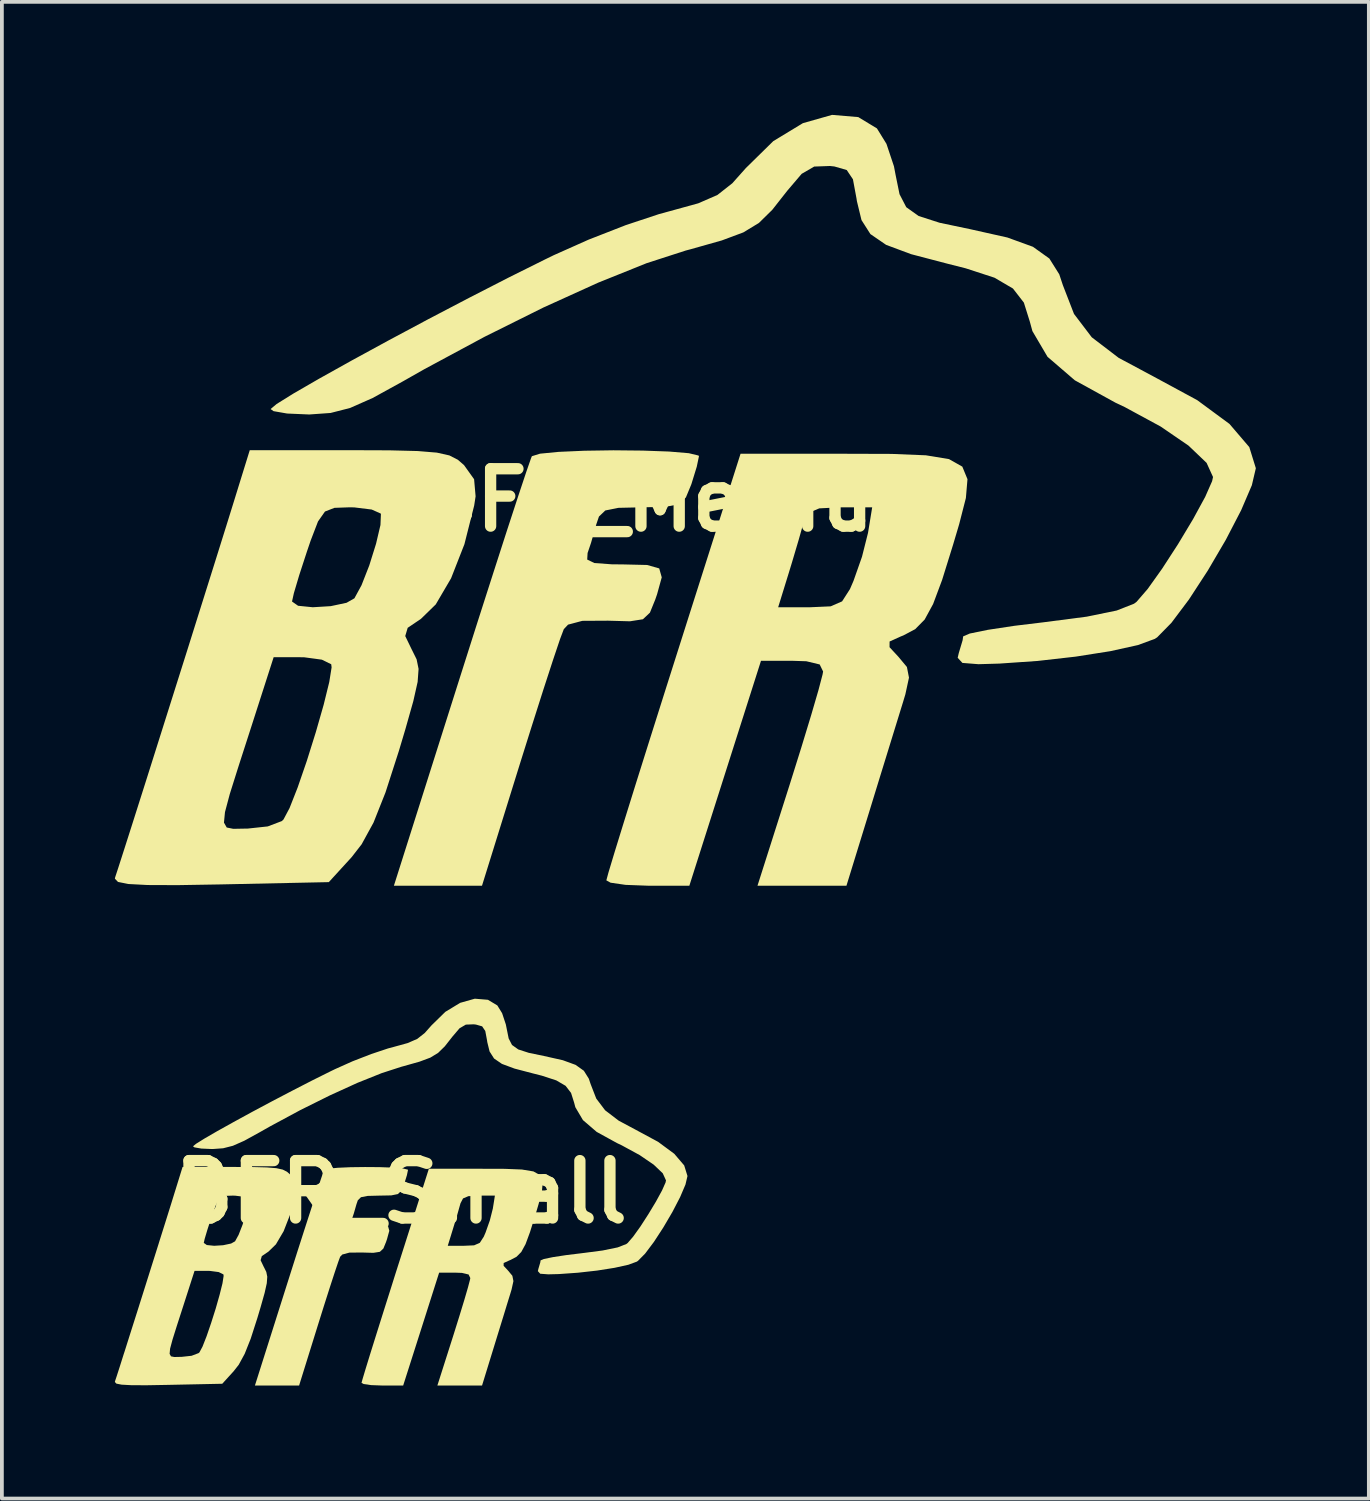
<source format=kicad_pcb>
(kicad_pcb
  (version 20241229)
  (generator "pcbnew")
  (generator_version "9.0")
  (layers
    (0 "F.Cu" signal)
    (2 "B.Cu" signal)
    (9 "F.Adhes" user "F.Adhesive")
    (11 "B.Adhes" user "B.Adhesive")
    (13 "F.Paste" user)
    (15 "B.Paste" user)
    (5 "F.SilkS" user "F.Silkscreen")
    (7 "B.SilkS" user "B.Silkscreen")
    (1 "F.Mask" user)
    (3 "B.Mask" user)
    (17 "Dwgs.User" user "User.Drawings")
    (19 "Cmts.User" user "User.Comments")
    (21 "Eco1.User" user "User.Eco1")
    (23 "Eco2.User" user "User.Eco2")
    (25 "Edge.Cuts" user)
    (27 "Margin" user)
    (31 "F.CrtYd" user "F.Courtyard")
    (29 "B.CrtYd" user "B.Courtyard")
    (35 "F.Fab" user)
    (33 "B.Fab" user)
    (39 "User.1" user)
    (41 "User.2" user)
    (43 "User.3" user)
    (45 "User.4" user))
  (footprint "BFR_Medium"
    (layer "F.Cu")
    (at 15.128 10.229)
    (property "Reference" "BFR_Medium" (at 0 0 0) (layer "F.SilkS") (effects (font (size 1.524 1.524) (thickness 0.3))))
    (attr board_only exclude_from_pos_files exclude_from_bom)
    (fp_poly (pts (xy -1.112 -1.316) (xy -0.415 -1.291) (xy 0.108 -1.247) (xy 0.367 -1.185) (xy 0.379 -1.166) (xy 0.321 -0.889) (xy 0.182 -0.438) (xy 0.171 -0.407) (xy 0.032 -0.072) (xy -0.158 0.107) (xy -0.507 0.177) (xy -1.125 0.19) (xy -1.135 0.19) (xy -1.761 0.204) (xy -2.108 0.274) (xy -2.276 0.435) (xy -2.348 0.646) (xy -2.486 1.132) (xy -2.578 1.404) (xy -2.588 1.577) (xy -2.399 1.669) (xy -1.937 1.703) (xy -1.631 1.706) (xy -0.996 1.721) (xy -0.676 1.812) (xy -0.609 2.049) (xy -0.733 2.499) (xy -0.781 2.638) (xy -0.923 2.987) (xy -1.109 3.162) (xy -1.453 3.216) (xy -2.033 3.2) (xy -2.717 3.204) (xy -3.097 3.305) (xy -3.209 3.424) (xy -3.308 3.686) (xy -3.497 4.248) (xy -3.756 5.044) (xy -4.064 6.012) (xy -4.364 6.966) (xy -5.381 10.236) (xy -7.72 10.236) (xy -5.938 4.614) (xy -5.495 3.221) (xy -5.085 1.943) (xy -4.725 0.826) (xy -4.427 -0.085) (xy -4.207 -0.746) (xy -4.08 -1.111) (xy -4.057 -1.167) (xy -3.841 -1.234) (xy -3.349 -1.282) (xy -2.669 -1.312) (xy -1.894 -1.324)) (stroke (width 0) (type solid)) (fill yes) (layer "F.SilkS"))
    (fp_poly (pts (xy 5.492 -1.228) (xy 6.404 -1.191) (xy 7.017 -1.09) (xy 7.371 -0.89) (xy 7.508 -0.557) (xy 7.466 -0.058) (xy 7.287 0.64) (xy 7.127 1.179) (xy 6.835 2.117) (xy 6.596 2.757) (xy 6.371 3.17) (xy 6.12 3.425) (xy 5.802 3.593) (xy 5.738 3.618) (xy 5.44 3.753) (xy 5.439 3.904) (xy 5.676 4.16) (xy 5.9 4.429) (xy 5.955 4.712) (xy 5.859 5.155) (xy 5.801 5.348) (xy 5.64 5.87) (xy 5.403 6.638) (xy 5.126 7.536) (xy 4.923 8.198) (xy 4.295 10.236) (xy 1.933 10.236) (xy 2.793 7.535) (xy 3.097 6.565) (xy 3.357 5.711) (xy 3.552 5.042) (xy 3.66 4.631) (xy 3.675 4.549) (xy 3.584 4.362) (xy 3.23 4.277) (xy 2.861 4.265) (xy 2.026 4.265) (xy 1.075 7.25) (xy 0.124 10.236) (xy -0.98 10.236) (xy -1.569 10.214) (xy -1.968 10.156) (xy -2.08 10.094) (xy -2.023 9.884) (xy -1.865 9.359) (xy -1.619 8.562) (xy -1.3 7.538) (xy -0.921 6.334) (xy -0.497 4.993) (xy -0.296 4.36) (xy 0.186 2.843) (xy 2.482 2.843) (xy 3.336 2.843) (xy 3.876 2.819) (xy 4.179 2.687) (xy 4.388 2.361) (xy 4.482 2.143) (xy 4.708 1.501) (xy 4.867 0.87) (xy 4.876 0.816) (xy 4.978 0.19) (xy 4.121 0.19) (xy 3.573 0.218) (xy 3.289 0.338) (xy 3.155 0.599) (xy 3.15 0.616) (xy 3.027 1.052) (xy 2.846 1.662) (xy 2.76 1.943) (xy 2.482 2.843) (xy 0.186 2.843) (xy 1.483 -1.232) (xy 4.242 -1.232)) (stroke (width 0) (type solid)) (fill yes) (layer "F.SilkS"))
    (fp_poly (pts (xy -7.839 -1.323) (xy -7.088 -1.304) (xy -6.58 -1.262) (xy -6.248 -1.188) (xy -6.023 -1.073) (xy -5.858 -0.93) (xy -5.591 -0.556) (xy -5.551 -0.102) (xy -5.589 0.144) (xy -5.848 1.17) (xy -6.202 2.074) (xy -6.609 2.768) (xy -7.002 3.151) (xy -7.354 3.389) (xy -7.419 3.608) (xy -7.244 3.97) (xy -7.237 3.983) (xy -7.117 4.226) (xy -7.065 4.481) (xy -7.09 4.825) (xy -7.204 5.333) (xy -7.416 6.083) (xy -7.588 6.658) (xy -7.943 7.759) (xy -8.261 8.56) (xy -8.577 9.137) (xy -8.842 9.478) (xy -9.448 10.141) (xy -12.332 10.202) (xy -13.461 10.221) (xy -14.258 10.218) (xy -14.77 10.191) (xy -15.045 10.136) (xy -15.128 10.05) (xy -15.121 10.013) (xy -15.042 9.773) (xy -14.867 9.228) (xy -14.654 8.561) (xy -12.232 8.561) (xy -12.158 8.691) (xy -11.985 8.726) (xy -11.716 8.721) (xy -11.599 8.719) (xy -11.069 8.662) (xy -10.698 8.521) (xy -10.652 8.479) (xy -10.491 8.176) (xy -10.275 7.627) (xy -10.033 6.925) (xy -9.794 6.162) (xy -9.585 5.432) (xy -9.436 4.827) (xy -9.374 4.439) (xy -9.384 4.357) (xy -9.633 4.235) (xy -10.099 4.172) (xy -10.207 4.17) (xy -10.913 4.17) (xy -11.507 6.018) (xy -11.845 7.065) (xy -12.077 7.801) (xy -12.205 8.282) (xy -12.232 8.561) (xy -14.654 8.561) (xy -14.614 8.435) (xy -14.301 7.45) (xy -13.947 6.329) (xy -13.568 5.129) (xy -13.182 3.907) (xy -12.809 2.719) (xy -12.8 2.691) (xy -10.425 2.691) (xy -10.264 2.804) (xy -9.874 2.843) (xy -9.398 2.814) (xy -8.978 2.725) (xy -8.769 2.606) (xy -8.58 2.259) (xy -8.374 1.733) (xy -8.194 1.157) (xy -8.077 0.659) (xy -8.065 0.368) (xy -8.071 0.355) (xy -8.31 0.249) (xy -8.773 0.192) (xy -8.903 0.19) (xy -9.299 0.204) (xy -9.55 0.302) (xy -9.735 0.565) (xy -9.93 1.073) (xy -10.029 1.364) (xy -10.233 1.989) (xy -10.376 2.47) (xy -10.425 2.691) (xy -12.8 2.691) (xy -12.464 1.622) (xy -12.167 0.673) (xy -11.935 -0.073) (xy -11.914 -0.142) (xy -11.547 -1.327) (xy -8.901 -1.327)) (stroke (width 0) (type solid)) (fill yes) (layer "F.SilkS"))
    (fp_poly (pts (xy 4.609 -10.17) (xy 5.104 -9.87) (xy 5.357 -9.46) (xy 5.556 -8.864) (xy 5.6 -8.633) (xy 5.704 -8.123) (xy 5.883 -7.778) (xy 6.212 -7.544) (xy 6.768 -7.365) (xy 7.582 -7.194) (xy 8.569 -6.973) (xy 9.246 -6.727) (xy 9.682 -6.415) (xy 9.945 -5.996) (xy 10.04 -5.71) (xy 10.336 -4.945) (xy 10.808 -4.324) (xy 11.524 -3.777) (xy 12.446 -3.284) (xy 13.608 -2.655) (xy 14.464 -2.024) (xy 14.99 -1.409) (xy 15.164 -0.848) (xy 15.058 -0.396) (xy 14.774 0.267) (xy 14.366 1.054) (xy 13.886 1.873) (xy 13.388 2.637) (xy 12.923 3.256) (xy 12.545 3.641) (xy 12.483 3.682) (xy 12.035 3.847) (xy 11.303 4.009) (xy 10.382 4.154) (xy 9.368 4.269) (xy 8.355 4.339) (xy 7.799 4.355) (xy 7.373 4.321) (xy 7.248 4.185) (xy 7.277 4.06) (xy 7.379 3.719) (xy 7.393 3.617) (xy 7.569 3.541) (xy 8.047 3.443) (xy 8.753 3.336) (xy 9.522 3.243) (xy 10.675 3.093) (xy 11.47 2.93) (xy 11.93 2.749) (xy 11.997 2.699) (xy 12.29 2.36) (xy 12.676 1.819) (xy 13.098 1.168) (xy 13.498 0.502) (xy 13.819 -0.087) (xy 14.003 -0.504) (xy 14.027 -0.615) (xy 13.856 -0.99) (xy 13.375 -1.449) (xy 12.636 -1.955) (xy 11.686 -2.47) (xy 11.435 -2.589) (xy 10.358 -3.182) (xy 9.633 -3.806) (xy 9.232 -4.488) (xy 9.165 -4.734) (xy 9.005 -5.245) (xy 8.715 -5.619) (xy 8.225 -5.906) (xy 7.462 -6.155) (xy 6.984 -6.276) (xy 6.011 -6.531) (xy 5.348 -6.778) (xy 4.931 -7.064) (xy 4.694 -7.436) (xy 4.572 -7.94) (xy 4.562 -8.007) (xy 4.467 -8.519) (xy 4.302 -8.765) (xy 3.976 -8.859) (xy 3.856 -8.872) (xy 3.439 -8.857) (xy 3.106 -8.664) (xy 2.723 -8.214) (xy 2.719 -8.209) (xy 2.325 -7.708) (xy 1.971 -7.36) (xy 1.558 -7.109) (xy 0.987 -6.896) (xy 0.159 -6.662) (xy 0.027 -6.627) (xy -1.012 -6.291) (xy -2.295 -5.775) (xy -3.752 -5.114) (xy -5.312 -4.338) (xy -6.905 -3.481) (xy -7.487 -3.151) (xy -8.285 -2.712) (xy -8.885 -2.447) (xy -9.401 -2.315) (xy -9.948 -2.276) (xy -9.999 -2.276) (xy -10.555 -2.3) (xy -10.916 -2.363) (xy -10.994 -2.419) (xy -10.834 -2.553) (xy -10.389 -2.83) (xy -9.711 -3.222) (xy -8.853 -3.701) (xy -7.868 -4.238) (xy -6.809 -4.804) (xy -5.727 -5.37) (xy -4.676 -5.909) (xy -3.708 -6.391) (xy -3.476 -6.504) (xy -2.55 -6.917) (xy -1.564 -7.302) (xy -0.681 -7.595) (xy -0.391 -7.674) (xy 0.36 -7.881) (xy 0.868 -8.102) (xy 1.264 -8.413) (xy 1.625 -8.818) (xy 2.352 -9.532) (xy 3.138 -10.009) (xy 3.913 -10.229)) (stroke (width 0) (type solid)) (fill yes) (layer "F.SilkS")))
  (footprint "BFR_Small"
    (layer "F.Cu")
    (at 7.592 28.598)
    (property "Reference" "BFR_Small" (at 0 0 0) (layer "F.SilkS") (effects (font (size 1.524 1.524) (thickness 0.3))))
    (attr board_only exclude_from_pos_files exclude_from_bom)
    (fp_poly (pts (xy -0.558 -0.661) (xy -0.208 -0.648) (xy 0.054 -0.626) (xy 0.184 -0.595) (xy 0.19 -0.585) (xy 0.161 -0.446) (xy 0.091 -0.22) (xy 0.086 -0.204) (xy 0.016 -0.036) (xy -0.079 0.054) (xy -0.254 0.089) (xy -0.564 0.095) (xy -0.57 0.095) (xy -0.884 0.103) (xy -1.058 0.137) (xy -1.142 0.219) (xy -1.178 0.324) (xy -1.248 0.568) (xy -1.294 0.705) (xy -1.299 0.792) (xy -1.204 0.838) (xy -0.972 0.855) (xy -0.819 0.856) (xy -0.5 0.864) (xy -0.339 0.91) (xy -0.306 1.028) (xy -0.368 1.254) (xy -0.392 1.324) (xy -0.463 1.499) (xy -0.557 1.587) (xy -0.729 1.614) (xy -1.02 1.606) (xy -1.364 1.608) (xy -1.554 1.659) (xy -1.611 1.718) (xy -1.66 1.85) (xy -1.755 2.132) (xy -1.885 2.531) (xy -2.04 3.017) (xy -2.19 3.496) (xy -2.701 5.137) (xy -3.874 5.137) (xy -2.98 2.316) (xy -2.758 1.617) (xy -2.552 0.975) (xy -2.371 0.415) (xy -2.222 -0.043) (xy -2.112 -0.374) (xy -2.048 -0.558) (xy -2.036 -0.586) (xy -1.928 -0.619) (xy -1.681 -0.644) (xy -1.34 -0.659) (xy -0.95 -0.664)) (stroke (width 0) (type solid)) (fill yes) (layer "F.SilkS"))
    (fp_poly (pts (xy 2.756 -0.616) (xy 3.214 -0.598) (xy 3.521 -0.547) (xy 3.699 -0.447) (xy 3.768 -0.28) (xy 3.747 -0.029) (xy 3.657 0.321) (xy 3.577 0.592) (xy 3.43 1.062) (xy 3.311 1.384) (xy 3.198 1.591) (xy 3.071 1.719) (xy 2.912 1.803) (xy 2.88 1.816) (xy 2.73 1.884) (xy 2.729 1.959) (xy 2.849 2.088) (xy 2.961 2.223) (xy 2.989 2.365) (xy 2.94 2.587) (xy 2.911 2.684) (xy 2.83 2.946) (xy 2.712 3.332) (xy 2.573 3.782) (xy 2.471 4.114) (xy 2.156 5.137) (xy 0.97 5.137) (xy 1.402 3.781) (xy 1.554 3.295) (xy 1.685 2.866) (xy 1.783 2.53) (xy 1.837 2.324) (xy 1.844 2.283) (xy 1.799 2.189) (xy 1.621 2.147) (xy 1.436 2.14) (xy 1.017 2.14) (xy 0.54 3.639) (xy 0.062 5.137) (xy -0.492 5.137) (xy -0.788 5.126) (xy -0.988 5.097) (xy -1.044 5.066) (xy -1.015 4.961) (xy -0.936 4.697) (xy -0.813 4.297) (xy -0.652 3.783) (xy -0.462 3.179) (xy -0.249 2.506) (xy -0.149 2.188) (xy 0.094 1.427) (xy 1.246 1.427) (xy 1.674 1.427) (xy 1.945 1.415) (xy 2.097 1.348) (xy 2.202 1.185) (xy 2.249 1.076) (xy 2.363 0.753) (xy 2.443 0.437) (xy 2.447 0.41) (xy 2.498 0.095) (xy 2.068 0.095) (xy 1.793 0.11) (xy 1.651 0.17) (xy 1.583 0.3) (xy 1.581 0.309) (xy 1.519 0.528) (xy 1.428 0.834) (xy 1.385 0.975) (xy 1.246 1.427) (xy 0.094 1.427) (xy 0.744 -0.618) (xy 2.129 -0.618)) (stroke (width 0) (type solid)) (fill yes) (layer "F.SilkS"))
    (fp_poly (pts (xy -3.934 -0.664) (xy -3.557 -0.654) (xy -3.303 -0.633) (xy -3.136 -0.596) (xy -3.023 -0.539) (xy -2.94 -0.467) (xy -2.806 -0.279) (xy -2.786 -0.051) (xy -2.805 0.072) (xy -2.935 0.587) (xy -3.112 1.041) (xy -3.317 1.389) (xy -3.514 1.581) (xy -3.691 1.701) (xy -3.723 1.811) (xy -3.636 1.993) (xy -3.632 1.999) (xy -3.572 2.121) (xy -3.546 2.249) (xy -3.559 2.422) (xy -3.616 2.677) (xy -3.722 3.053) (xy -3.808 3.341) (xy -3.986 3.894) (xy -4.146 4.296) (xy -4.304 4.586) (xy -4.438 4.757) (xy -4.741 5.09) (xy -6.189 5.12) (xy -6.755 5.13) (xy -7.156 5.128) (xy -7.413 5.114) (xy -7.551 5.087) (xy -7.592 5.044) (xy -7.589 5.025) (xy -7.549 4.905) (xy -7.461 4.632) (xy -7.355 4.296) (xy -6.139 4.296) (xy -6.102 4.362) (xy -6.015 4.38) (xy -5.88 4.377) (xy -5.821 4.376) (xy -5.555 4.347) (xy -5.369 4.276) (xy -5.346 4.255) (xy -5.265 4.103) (xy -5.157 3.828) (xy -5.036 3.475) (xy -4.915 3.093) (xy -4.811 2.726) (xy -4.735 2.422) (xy -4.705 2.228) (xy -4.71 2.187) (xy -4.835 2.125) (xy -5.069 2.094) (xy -5.122 2.093) (xy -5.477 2.093) (xy -5.775 3.02) (xy -5.945 3.546) (xy -6.061 3.915) (xy -6.126 4.157) (xy -6.139 4.296) (xy -7.355 4.296) (xy -7.334 4.233) (xy -7.178 3.739) (xy -6.999 3.176) (xy -6.809 2.574) (xy -6.616 1.961) (xy -6.428 1.365) (xy -6.424 1.35) (xy -5.232 1.35) (xy -5.151 1.407) (xy -4.956 1.427) (xy -4.717 1.412) (xy -4.506 1.367) (xy -4.401 1.308) (xy -4.306 1.134) (xy -4.203 0.87) (xy -4.112 0.58) (xy -4.054 0.331) (xy -4.047 0.185) (xy -4.05 0.178) (xy -4.17 0.125) (xy -4.403 0.096) (xy -4.468 0.095) (xy -4.667 0.102) (xy -4.793 0.152) (xy -4.886 0.284) (xy -4.984 0.539) (xy -5.033 0.684) (xy -5.135 0.998) (xy -5.207 1.24) (xy -5.232 1.35) (xy -6.424 1.35) (xy -6.255 0.814) (xy -6.106 0.338) (xy -5.99 -0.037) (xy -5.979 -0.071) (xy -5.795 -0.666) (xy -4.467 -0.666)) (stroke (width 0) (type solid)) (fill yes) (layer "F.SilkS"))
    (fp_poly (pts (xy 2.313 -5.104) (xy 2.562 -4.954) (xy 2.689 -4.748) (xy 2.788 -4.449) (xy 2.811 -4.333) (xy 2.863 -4.077) (xy 2.952 -3.904) (xy 3.118 -3.786) (xy 3.397 -3.696) (xy 3.805 -3.611) (xy 4.3 -3.5) (xy 4.64 -3.376) (xy 4.859 -3.22) (xy 4.991 -3.009) (xy 5.039 -2.866) (xy 5.188 -2.482) (xy 5.424 -2.17) (xy 5.784 -1.895) (xy 6.246 -1.648) (xy 6.83 -1.333) (xy 7.259 -1.016) (xy 7.523 -0.707) (xy 7.61 -0.425) (xy 7.557 -0.199) (xy 7.415 0.134) (xy 7.21 0.529) (xy 6.969 0.94) (xy 6.719 1.324) (xy 6.486 1.634) (xy 6.296 1.827) (xy 6.265 1.848) (xy 6.04 1.931) (xy 5.673 2.012) (xy 5.211 2.085) (xy 4.702 2.142) (xy 4.193 2.178) (xy 3.914 2.185) (xy 3.7 2.169) (xy 3.638 2.1) (xy 3.652 2.038) (xy 3.703 1.866) (xy 3.71 1.815) (xy 3.799 1.777) (xy 4.039 1.728) (xy 4.393 1.674) (xy 4.779 1.627) (xy 5.357 1.552) (xy 5.757 1.47) (xy 5.987 1.38) (xy 6.021 1.354) (xy 6.168 1.184) (xy 6.362 0.913) (xy 6.573 0.586) (xy 6.774 0.252) (xy 6.935 -0.043) (xy 7.028 -0.253) (xy 7.04 -0.309) (xy 6.954 -0.497) (xy 6.713 -0.727) (xy 6.341 -0.981) (xy 5.865 -1.24) (xy 5.739 -1.3) (xy 5.199 -1.597) (xy 4.835 -1.91) (xy 4.633 -2.252) (xy 4.6 -2.376) (xy 4.519 -2.632) (xy 4.374 -2.82) (xy 4.128 -2.964) (xy 3.745 -3.089) (xy 3.505 -3.15) (xy 3.017 -3.278) (xy 2.684 -3.402) (xy 2.475 -3.545) (xy 2.356 -3.732) (xy 2.294 -3.985) (xy 2.29 -4.019) (xy 2.242 -4.275) (xy 2.159 -4.399) (xy 1.995 -4.446) (xy 1.935 -4.453) (xy 1.726 -4.445) (xy 1.559 -4.348) (xy 1.367 -4.123) (xy 1.365 -4.12) (xy 1.167 -3.868) (xy 0.989 -3.694) (xy 0.782 -3.568) (xy 0.495 -3.461) (xy 0.08 -3.344) (xy 0.014 -3.326) (xy -0.508 -3.157) (xy -1.152 -2.899) (xy -1.883 -2.566) (xy -2.666 -2.177) (xy -3.465 -1.747) (xy -3.758 -1.581) (xy -4.158 -1.361) (xy -4.459 -1.228) (xy -4.718 -1.162) (xy -4.993 -1.142) (xy -5.018 -1.142) (xy -5.297 -1.154) (xy -5.479 -1.186) (xy -5.518 -1.214) (xy -5.437 -1.281) (xy -5.214 -1.42) (xy -4.874 -1.617) (xy -4.443 -1.857) (xy -3.949 -2.127) (xy -3.417 -2.411) (xy -2.874 -2.695) (xy -2.347 -2.966) (xy -1.861 -3.208) (xy -1.745 -3.264) (xy -1.28 -3.472) (xy -0.785 -3.664) (xy -0.342 -3.812) (xy -0.196 -3.851) (xy 0.181 -3.955) (xy 0.436 -4.066) (xy 0.634 -4.222) (xy 0.815 -4.426) (xy 1.181 -4.784) (xy 1.575 -5.023) (xy 1.964 -5.133)) (stroke (width 0) (type solid)) (fill yes) (layer "F.SilkS")))
  (gr_rect
    (start -3 -3)
    (end 33.292 36.735)
    (stroke (width 0.1) (type default))
    (fill no)
    (layer "Edge.Cuts")))
</source>
